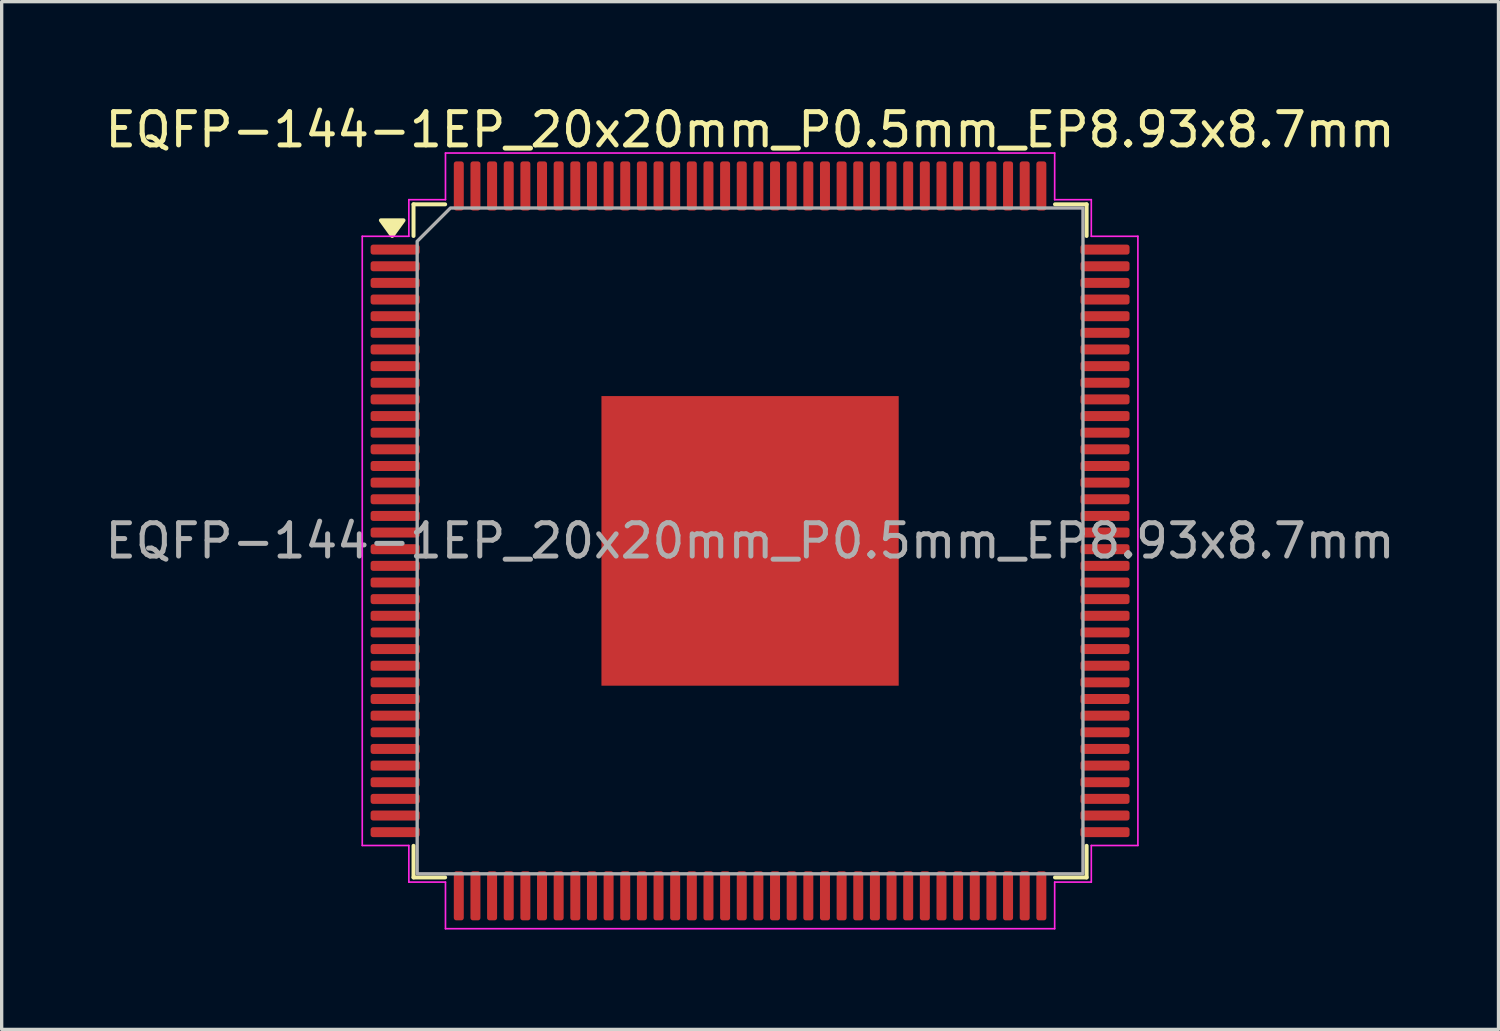
<source format=kicad_pcb>
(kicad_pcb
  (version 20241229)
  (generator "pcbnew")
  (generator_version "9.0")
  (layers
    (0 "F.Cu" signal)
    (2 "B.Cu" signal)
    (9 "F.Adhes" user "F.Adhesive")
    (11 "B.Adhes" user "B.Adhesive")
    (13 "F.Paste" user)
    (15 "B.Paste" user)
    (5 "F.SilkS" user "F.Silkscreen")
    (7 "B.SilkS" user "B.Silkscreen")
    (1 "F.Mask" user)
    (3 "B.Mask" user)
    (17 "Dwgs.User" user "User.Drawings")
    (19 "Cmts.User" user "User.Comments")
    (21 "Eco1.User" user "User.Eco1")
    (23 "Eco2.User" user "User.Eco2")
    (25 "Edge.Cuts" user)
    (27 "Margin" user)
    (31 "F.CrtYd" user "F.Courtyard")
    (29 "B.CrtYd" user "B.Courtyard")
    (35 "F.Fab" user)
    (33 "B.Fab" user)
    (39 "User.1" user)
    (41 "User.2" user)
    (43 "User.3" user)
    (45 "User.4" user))
  (footprint "EQFP-144-1EP_20x20mm_P0.5mm_EP8.93x8.7mm"
    (layer "F.Cu")
    (at 19.482 13.198)
    (property "Reference" "EQFP-144-1EP_20x20mm_P0.5mm_EP8.93x8.7mm" (at 0 -12.35 0) (layer "F.SilkS") (effects (font (size 1 1) (thickness 0.15))))
    (attr smd)
    (fp_line (start -10.11 -10.11) (end -9.16 -10.11) (stroke (width 0.12) (type solid)) (layer "F.SilkS"))
    (fp_line (start -10.11 -9.16) (end -10.11 -10.11) (stroke (width 0.12) (type solid)) (layer "F.SilkS"))
    (fp_line (start -10.11 10.11) (end -10.11 9.16) (stroke (width 0.12) (type solid)) (layer "F.SilkS"))
    (fp_line (start -9.16 10.11) (end -10.11 10.11) (stroke (width 0.12) (type solid)) (layer "F.SilkS"))
    (fp_line (start 9.16 -10.11) (end 10.11 -10.11) (stroke (width 0.12) (type solid)) (layer "F.SilkS"))
    (fp_line (start 10.11 -10.11) (end 10.11 -9.16) (stroke (width 0.12) (type solid)) (layer "F.SilkS"))
    (fp_line (start 10.11 9.16) (end 10.11 10.11) (stroke (width 0.12) (type solid)) (layer "F.SilkS"))
    (fp_line (start 10.11 10.11) (end 9.16 10.11) (stroke (width 0.12) (type solid)) (layer "F.SilkS"))
    (fp_poly (pts (xy -10.75 -9.16) (xy -11.09 -9.63) (xy -10.41 -9.63)) (stroke (width 0.12) (type solid)) (fill yes) (layer "F.SilkS"))
    (fp_line (start -11.65 -9.15) (end -10.25 -9.15) (stroke (width 0.05) (type solid)) (layer "F.CrtYd"))
    (fp_line (start -11.65 9.15) (end -11.65 -9.15) (stroke (width 0.05) (type solid)) (layer "F.CrtYd"))
    (fp_line (start -10.25 -10.25) (end -9.15 -10.25) (stroke (width 0.05) (type solid)) (layer "F.CrtYd"))
    (fp_line (start -10.25 -9.15) (end -10.25 -10.25) (stroke (width 0.05) (type solid)) (layer "F.CrtYd"))
    (fp_line (start -10.25 9.15) (end -11.65 9.15) (stroke (width 0.05) (type solid)) (layer "F.CrtYd"))
    (fp_line (start -10.25 10.25) (end -10.25 9.15) (stroke (width 0.05) (type solid)) (layer "F.CrtYd"))
    (fp_line (start -9.15 -11.65) (end 9.15 -11.65) (stroke (width 0.05) (type solid)) (layer "F.CrtYd"))
    (fp_line (start -9.15 -10.25) (end -9.15 -11.65) (stroke (width 0.05) (type solid)) (layer "F.CrtYd"))
    (fp_line (start -9.15 10.25) (end -10.25 10.25) (stroke (width 0.05) (type solid)) (layer "F.CrtYd"))
    (fp_line (start -9.15 11.65) (end -9.15 10.25) (stroke (width 0.05) (type solid)) (layer "F.CrtYd"))
    (fp_line (start 9.15 -11.65) (end 9.15 -10.25) (stroke (width 0.05) (type solid)) (layer "F.CrtYd"))
    (fp_line (start 9.15 -10.25) (end 10.25 -10.25) (stroke (width 0.05) (type solid)) (layer "F.CrtYd"))
    (fp_line (start 9.15 10.25) (end 9.15 11.65) (stroke (width 0.05) (type solid)) (layer "F.CrtYd"))
    (fp_line (start 9.15 11.65) (end -9.15 11.65) (stroke (width 0.05) (type solid)) (layer "F.CrtYd"))
    (fp_line (start 10.25 -10.25) (end 10.25 -9.15) (stroke (width 0.05) (type solid)) (layer "F.CrtYd"))
    (fp_line (start 10.25 -9.15) (end 11.65 -9.15) (stroke (width 0.05) (type solid)) (layer "F.CrtYd"))
    (fp_line (start 10.25 9.15) (end 10.25 10.25) (stroke (width 0.05) (type solid)) (layer "F.CrtYd"))
    (fp_line (start 10.25 10.25) (end 9.15 10.25) (stroke (width 0.05) (type solid)) (layer "F.CrtYd"))
    (fp_line (start 11.65 -9.15) (end 11.65 9.15) (stroke (width 0.05) (type solid)) (layer "F.CrtYd"))
    (fp_line (start 11.65 9.15) (end 10.25 9.15) (stroke (width 0.05) (type solid)) (layer "F.CrtYd"))
    (fp_poly (pts (xy -10 -9) (xy -10 10) (xy 10 10) (xy 10 -10) (xy -9 -10)) (stroke (width 0.1) (type solid)) (fill no) (layer "F.Fab"))
    (fp_text user "${REFERENCE}" (at 0 0 0) (layer "F.Fab") (effects (font (size 1 1) (thickness 0.15))))
    (pad "" smd roundrect (at -3.84 -3.72) (size 1.03 1) (layers "F.Paste") (roundrect_rratio 0.25))
    (pad "" smd roundrect (at -3.84 -2.48) (size 1.03 1) (layers "F.Paste") (roundrect_rratio 0.25))
    (pad "" smd roundrect (at -3.84 -1.24) (size 1.03 1) (layers "F.Paste") (roundrect_rratio 0.25))
    (pad "" smd roundrect (at -3.84 0) (size 1.03 1) (layers "F.Paste") (roundrect_rratio 0.25))
    (pad "" smd roundrect (at -3.84 1.24) (size 1.03 1) (layers "F.Paste") (roundrect_rratio 0.25))
    (pad "" smd roundrect (at -3.84 2.48) (size 1.03 1) (layers "F.Paste") (roundrect_rratio 0.25))
    (pad "" smd roundrect (at -3.84 3.72) (size 1.03 1) (layers "F.Paste") (roundrect_rratio 0.25))
    (pad "" smd roundrect (at -2.56 -3.72) (size 1.03 1) (layers "F.Paste") (roundrect_rratio 0.25))
    (pad "" smd roundrect (at -2.56 -2.48) (size 1.03 1) (layers "F.Paste") (roundrect_rratio 0.25))
    (pad "" smd roundrect (at -2.56 -1.24) (size 1.03 1) (layers "F.Paste") (roundrect_rratio 0.25))
    (pad "" smd roundrect (at -2.56 0) (size 1.03 1) (layers "F.Paste") (roundrect_rratio 0.25))
    (pad "" smd roundrect (at -2.56 1.24) (size 1.03 1) (layers "F.Paste") (roundrect_rratio 0.25))
    (pad "" smd roundrect (at -2.56 2.48) (size 1.03 1) (layers "F.Paste") (roundrect_rratio 0.25))
    (pad "" smd roundrect (at -2.56 3.72) (size 1.03 1) (layers "F.Paste") (roundrect_rratio 0.25))
    (pad "" smd roundrect (at -1.28 -3.72) (size 1.03 1) (layers "F.Paste") (roundrect_rratio 0.25))
    (pad "" smd roundrect (at -1.28 -2.48) (size 1.03 1) (layers "F.Paste") (roundrect_rratio 0.25))
    (pad "" smd roundrect (at -1.28 -1.24) (size 1.03 1) (layers "F.Paste") (roundrect_rratio 0.25))
    (pad "" smd roundrect (at -1.28 0) (size 1.03 1) (layers "F.Paste") (roundrect_rratio 0.25))
    (pad "" smd roundrect (at -1.28 1.24) (size 1.03 1) (layers "F.Paste") (roundrect_rratio 0.25))
    (pad "" smd roundrect (at -1.28 2.48) (size 1.03 1) (layers "F.Paste") (roundrect_rratio 0.25))
    (pad "" smd roundrect (at -1.28 3.72) (size 1.03 1) (layers "F.Paste") (roundrect_rratio 0.25))
    (pad "" smd roundrect (at 0 -3.72) (size 1.03 1) (layers "F.Paste") (roundrect_rratio 0.25))
    (pad "" smd roundrect (at 0 -2.48) (size 1.03 1) (layers "F.Paste") (roundrect_rratio 0.25))
    (pad "" smd roundrect (at 0 -1.24) (size 1.03 1) (layers "F.Paste") (roundrect_rratio 0.25))
    (pad "" smd roundrect (at 0 0) (size 1.03 1) (layers "F.Paste") (roundrect_rratio 0.25))
    (pad "" smd roundrect (at 0 1.24) (size 1.03 1) (layers "F.Paste") (roundrect_rratio 0.25))
    (pad "" smd roundrect (at 0 2.48) (size 1.03 1) (layers "F.Paste") (roundrect_rratio 0.25))
    (pad "" smd roundrect (at 0 3.72) (size 1.03 1) (layers "F.Paste") (roundrect_rratio 0.25))
    (pad "" smd roundrect (at 1.28 -3.72) (size 1.03 1) (layers "F.Paste") (roundrect_rratio 0.25))
    (pad "" smd roundrect (at 1.28 -2.48) (size 1.03 1) (layers "F.Paste") (roundrect_rratio 0.25))
    (pad "" smd roundrect (at 1.28 -1.24) (size 1.03 1) (layers "F.Paste") (roundrect_rratio 0.25))
    (pad "" smd roundrect (at 1.28 0) (size 1.03 1) (layers "F.Paste") (roundrect_rratio 0.25))
    (pad "" smd roundrect (at 1.28 1.24) (size 1.03 1) (layers "F.Paste") (roundrect_rratio 0.25))
    (pad "" smd roundrect (at 1.28 2.48) (size 1.03 1) (layers "F.Paste") (roundrect_rratio 0.25))
    (pad "" smd roundrect (at 1.28 3.72) (size 1.03 1) (layers "F.Paste") (roundrect_rratio 0.25))
    (pad "" smd roundrect (at 2.56 -3.72) (size 1.03 1) (layers "F.Paste") (roundrect_rratio 0.25))
    (pad "" smd roundrect (at 2.56 -2.48) (size 1.03 1) (layers "F.Paste") (roundrect_rratio 0.25))
    (pad "" smd roundrect (at 2.56 -1.24) (size 1.03 1) (layers "F.Paste") (roundrect_rratio 0.25))
    (pad "" smd roundrect (at 2.56 0) (size 1.03 1) (layers "F.Paste") (roundrect_rratio 0.25))
    (pad "" smd roundrect (at 2.56 1.24) (size 1.03 1) (layers "F.Paste") (roundrect_rratio 0.25))
    (pad "" smd roundrect (at 2.56 2.48) (size 1.03 1) (layers "F.Paste") (roundrect_rratio 0.25))
    (pad "" smd roundrect (at 2.56 3.72) (size 1.03 1) (layers "F.Paste") (roundrect_rratio 0.25))
    (pad "" smd roundrect (at 3.84 -3.72) (size 1.03 1) (layers "F.Paste") (roundrect_rratio 0.25))
    (pad "" smd roundrect (at 3.84 -2.48) (size 1.03 1) (layers "F.Paste") (roundrect_rratio 0.25))
    (pad "" smd roundrect (at 3.84 -1.24) (size 1.03 1) (layers "F.Paste") (roundrect_rratio 0.25))
    (pad "" smd roundrect (at 3.84 0) (size 1.03 1) (layers "F.Paste") (roundrect_rratio 0.25))
    (pad "" smd roundrect (at 3.84 1.24) (size 1.03 1) (layers "F.Paste") (roundrect_rratio 0.25))
    (pad "" smd roundrect (at 3.84 2.48) (size 1.03 1) (layers "F.Paste") (roundrect_rratio 0.25))
    (pad "" smd roundrect (at 3.84 3.72) (size 1.03 1) (layers "F.Paste") (roundrect_rratio 0.25))
    (pad "1" smd roundrect (at -10.662 -8.75) (size 1.475 0.3) (layers "F.Cu" "F.Mask" "F.Paste") (roundrect_rratio 0.25))
    (pad "2" smd roundrect (at -10.662 -8.25) (size 1.475 0.3) (layers "F.Cu" "F.Mask" "F.Paste") (roundrect_rratio 0.25))
    (pad "3" smd roundrect (at -10.662 -7.75) (size 1.475 0.3) (layers "F.Cu" "F.Mask" "F.Paste") (roundrect_rratio 0.25))
    (pad "4" smd roundrect (at -10.662 -7.25) (size 1.475 0.3) (layers "F.Cu" "F.Mask" "F.Paste") (roundrect_rratio 0.25))
    (pad "5" smd roundrect (at -10.662 -6.75) (size 1.475 0.3) (layers "F.Cu" "F.Mask" "F.Paste") (roundrect_rratio 0.25))
    (pad "6" smd roundrect (at -10.662 -6.25) (size 1.475 0.3) (layers "F.Cu" "F.Mask" "F.Paste") (roundrect_rratio 0.25))
    (pad "7" smd roundrect (at -10.662 -5.75) (size 1.475 0.3) (layers "F.Cu" "F.Mask" "F.Paste") (roundrect_rratio 0.25))
    (pad "8" smd roundrect (at -10.662 -5.25) (size 1.475 0.3) (layers "F.Cu" "F.Mask" "F.Paste") (roundrect_rratio 0.25))
    (pad "9" smd roundrect (at -10.662 -4.75) (size 1.475 0.3) (layers "F.Cu" "F.Mask" "F.Paste") (roundrect_rratio 0.25))
    (pad "10" smd roundrect (at -10.662 -4.25) (size 1.475 0.3) (layers "F.Cu" "F.Mask" "F.Paste") (roundrect_rratio 0.25))
    (pad "11" smd roundrect (at -10.662 -3.75) (size 1.475 0.3) (layers "F.Cu" "F.Mask" "F.Paste") (roundrect_rratio 0.25))
    (pad "12" smd roundrect (at -10.662 -3.25) (size 1.475 0.3) (layers "F.Cu" "F.Mask" "F.Paste") (roundrect_rratio 0.25))
    (pad "13" smd roundrect (at -10.662 -2.75) (size 1.475 0.3) (layers "F.Cu" "F.Mask" "F.Paste") (roundrect_rratio 0.25))
    (pad "14" smd roundrect (at -10.662 -2.25) (size 1.475 0.3) (layers "F.Cu" "F.Mask" "F.Paste") (roundrect_rratio 0.25))
    (pad "15" smd roundrect (at -10.662 -1.75) (size 1.475 0.3) (layers "F.Cu" "F.Mask" "F.Paste") (roundrect_rratio 0.25))
    (pad "16" smd roundrect (at -10.662 -1.25) (size 1.475 0.3) (layers "F.Cu" "F.Mask" "F.Paste") (roundrect_rratio 0.25))
    (pad "17" smd roundrect (at -10.662 -0.75) (size 1.475 0.3) (layers "F.Cu" "F.Mask" "F.Paste") (roundrect_rratio 0.25))
    (pad "18" smd roundrect (at -10.662 -0.25) (size 1.475 0.3) (layers "F.Cu" "F.Mask" "F.Paste") (roundrect_rratio 0.25))
    (pad "19" smd roundrect (at -10.662 0.25) (size 1.475 0.3) (layers "F.Cu" "F.Mask" "F.Paste") (roundrect_rratio 0.25))
    (pad "20" smd roundrect (at -10.662 0.75) (size 1.475 0.3) (layers "F.Cu" "F.Mask" "F.Paste") (roundrect_rratio 0.25))
    (pad "21" smd roundrect (at -10.662 1.25) (size 1.475 0.3) (layers "F.Cu" "F.Mask" "F.Paste") (roundrect_rratio 0.25))
    (pad "22" smd roundrect (at -10.662 1.75) (size 1.475 0.3) (layers "F.Cu" "F.Mask" "F.Paste") (roundrect_rratio 0.25))
    (pad "23" smd roundrect (at -10.662 2.25) (size 1.475 0.3) (layers "F.Cu" "F.Mask" "F.Paste") (roundrect_rratio 0.25))
    (pad "24" smd roundrect (at -10.662 2.75) (size 1.475 0.3) (layers "F.Cu" "F.Mask" "F.Paste") (roundrect_rratio 0.25))
    (pad "25" smd roundrect (at -10.662 3.25) (size 1.475 0.3) (layers "F.Cu" "F.Mask" "F.Paste") (roundrect_rratio 0.25))
    (pad "26" smd roundrect (at -10.662 3.75) (size 1.475 0.3) (layers "F.Cu" "F.Mask" "F.Paste") (roundrect_rratio 0.25))
    (pad "27" smd roundrect (at -10.662 4.25) (size 1.475 0.3) (layers "F.Cu" "F.Mask" "F.Paste") (roundrect_rratio 0.25))
    (pad "28" smd roundrect (at -10.662 4.75) (size 1.475 0.3) (layers "F.Cu" "F.Mask" "F.Paste") (roundrect_rratio 0.25))
    (pad "29" smd roundrect (at -10.662 5.25) (size 1.475 0.3) (layers "F.Cu" "F.Mask" "F.Paste") (roundrect_rratio 0.25))
    (pad "30" smd roundrect (at -10.662 5.75) (size 1.475 0.3) (layers "F.Cu" "F.Mask" "F.Paste") (roundrect_rratio 0.25))
    (pad "31" smd roundrect (at -10.662 6.25) (size 1.475 0.3) (layers "F.Cu" "F.Mask" "F.Paste") (roundrect_rratio 0.25))
    (pad "32" smd roundrect (at -10.662 6.75) (size 1.475 0.3) (layers "F.Cu" "F.Mask" "F.Paste") (roundrect_rratio 0.25))
    (pad "33" smd roundrect (at -10.662 7.25) (size 1.475 0.3) (layers "F.Cu" "F.Mask" "F.Paste") (roundrect_rratio 0.25))
    (pad "34" smd roundrect (at -10.662 7.75) (size 1.475 0.3) (layers "F.Cu" "F.Mask" "F.Paste") (roundrect_rratio 0.25))
    (pad "35" smd roundrect (at -10.662 8.25) (size 1.475 0.3) (layers "F.Cu" "F.Mask" "F.Paste") (roundrect_rratio 0.25))
    (pad "36" smd roundrect (at -10.662 8.75) (size 1.475 0.3) (layers "F.Cu" "F.Mask" "F.Paste") (roundrect_rratio 0.25))
    (pad "37" smd roundrect (at -8.75 10.662) (size 0.3 1.475) (layers "F.Cu" "F.Mask" "F.Paste") (roundrect_rratio 0.25))
    (pad "38" smd roundrect (at -8.25 10.662) (size 0.3 1.475) (layers "F.Cu" "F.Mask" "F.Paste") (roundrect_rratio 0.25))
    (pad "39" smd roundrect (at -7.75 10.662) (size 0.3 1.475) (layers "F.Cu" "F.Mask" "F.Paste") (roundrect_rratio 0.25))
    (pad "40" smd roundrect (at -7.25 10.662) (size 0.3 1.475) (layers "F.Cu" "F.Mask" "F.Paste") (roundrect_rratio 0.25))
    (pad "41" smd roundrect (at -6.75 10.662) (size 0.3 1.475) (layers "F.Cu" "F.Mask" "F.Paste") (roundrect_rratio 0.25))
    (pad "42" smd roundrect (at -6.25 10.662) (size 0.3 1.475) (layers "F.Cu" "F.Mask" "F.Paste") (roundrect_rratio 0.25))
    (pad "43" smd roundrect (at -5.75 10.662) (size 0.3 1.475) (layers "F.Cu" "F.Mask" "F.Paste") (roundrect_rratio 0.25))
    (pad "44" smd roundrect (at -5.25 10.662) (size 0.3 1.475) (layers "F.Cu" "F.Mask" "F.Paste") (roundrect_rratio 0.25))
    (pad "45" smd roundrect (at -4.75 10.662) (size 0.3 1.475) (layers "F.Cu" "F.Mask" "F.Paste") (roundrect_rratio 0.25))
    (pad "46" smd roundrect (at -4.25 10.662) (size 0.3 1.475) (layers "F.Cu" "F.Mask" "F.Paste") (roundrect_rratio 0.25))
    (pad "47" smd roundrect (at -3.75 10.662) (size 0.3 1.475) (layers "F.Cu" "F.Mask" "F.Paste") (roundrect_rratio 0.25))
    (pad "48" smd roundrect (at -3.25 10.662) (size 0.3 1.475) (layers "F.Cu" "F.Mask" "F.Paste") (roundrect_rratio 0.25))
    (pad "49" smd roundrect (at -2.75 10.662) (size 0.3 1.475) (layers "F.Cu" "F.Mask" "F.Paste") (roundrect_rratio 0.25))
    (pad "50" smd roundrect (at -2.25 10.662) (size 0.3 1.475) (layers "F.Cu" "F.Mask" "F.Paste") (roundrect_rratio 0.25))
    (pad "51" smd roundrect (at -1.75 10.662) (size 0.3 1.475) (layers "F.Cu" "F.Mask" "F.Paste") (roundrect_rratio 0.25))
    (pad "52" smd roundrect (at -1.25 10.662) (size 0.3 1.475) (layers "F.Cu" "F.Mask" "F.Paste") (roundrect_rratio 0.25))
    (pad "53" smd roundrect (at -0.75 10.662) (size 0.3 1.475) (layers "F.Cu" "F.Mask" "F.Paste") (roundrect_rratio 0.25))
    (pad "54" smd roundrect (at -0.25 10.662) (size 0.3 1.475) (layers "F.Cu" "F.Mask" "F.Paste") (roundrect_rratio 0.25))
    (pad "55" smd roundrect (at 0.25 10.662) (size 0.3 1.475) (layers "F.Cu" "F.Mask" "F.Paste") (roundrect_rratio 0.25))
    (pad "56" smd roundrect (at 0.75 10.662) (size 0.3 1.475) (layers "F.Cu" "F.Mask" "F.Paste") (roundrect_rratio 0.25))
    (pad "57" smd roundrect (at 1.25 10.662) (size 0.3 1.475) (layers "F.Cu" "F.Mask" "F.Paste") (roundrect_rratio 0.25))
    (pad "58" smd roundrect (at 1.75 10.662) (size 0.3 1.475) (layers "F.Cu" "F.Mask" "F.Paste") (roundrect_rratio 0.25))
    (pad "59" smd roundrect (at 2.25 10.662) (size 0.3 1.475) (layers "F.Cu" "F.Mask" "F.Paste") (roundrect_rratio 0.25))
    (pad "60" smd roundrect (at 2.75 10.662) (size 0.3 1.475) (layers "F.Cu" "F.Mask" "F.Paste") (roundrect_rratio 0.25))
    (pad "61" smd roundrect (at 3.25 10.662) (size 0.3 1.475) (layers "F.Cu" "F.Mask" "F.Paste") (roundrect_rratio 0.25))
    (pad "62" smd roundrect (at 3.75 10.662) (size 0.3 1.475) (layers "F.Cu" "F.Mask" "F.Paste") (roundrect_rratio 0.25))
    (pad "63" smd roundrect (at 4.25 10.662) (size 0.3 1.475) (layers "F.Cu" "F.Mask" "F.Paste") (roundrect_rratio 0.25))
    (pad "64" smd roundrect (at 4.75 10.662) (size 0.3 1.475) (layers "F.Cu" "F.Mask" "F.Paste") (roundrect_rratio 0.25))
    (pad "65" smd roundrect (at 5.25 10.662) (size 0.3 1.475) (layers "F.Cu" "F.Mask" "F.Paste") (roundrect_rratio 0.25))
    (pad "66" smd roundrect (at 5.75 10.662) (size 0.3 1.475) (layers "F.Cu" "F.Mask" "F.Paste") (roundrect_rratio 0.25))
    (pad "67" smd roundrect (at 6.25 10.662) (size 0.3 1.475) (layers "F.Cu" "F.Mask" "F.Paste") (roundrect_rratio 0.25))
    (pad "68" smd roundrect (at 6.75 10.662) (size 0.3 1.475) (layers "F.Cu" "F.Mask" "F.Paste") (roundrect_rratio 0.25))
    (pad "69" smd roundrect (at 7.25 10.662) (size 0.3 1.475) (layers "F.Cu" "F.Mask" "F.Paste") (roundrect_rratio 0.25))
    (pad "70" smd roundrect (at 7.75 10.662) (size 0.3 1.475) (layers "F.Cu" "F.Mask" "F.Paste") (roundrect_rratio 0.25))
    (pad "71" smd roundrect (at 8.25 10.662) (size 0.3 1.475) (layers "F.Cu" "F.Mask" "F.Paste") (roundrect_rratio 0.25))
    (pad "72" smd roundrect (at 8.75 10.662) (size 0.3 1.475) (layers "F.Cu" "F.Mask" "F.Paste") (roundrect_rratio 0.25))
    (pad "73" smd roundrect (at 10.662 8.75) (size 1.475 0.3) (layers "F.Cu" "F.Mask" "F.Paste") (roundrect_rratio 0.25))
    (pad "74" smd roundrect (at 10.662 8.25) (size 1.475 0.3) (layers "F.Cu" "F.Mask" "F.Paste") (roundrect_rratio 0.25))
    (pad "75" smd roundrect (at 10.662 7.75) (size 1.475 0.3) (layers "F.Cu" "F.Mask" "F.Paste") (roundrect_rratio 0.25))
    (pad "76" smd roundrect (at 10.662 7.25) (size 1.475 0.3) (layers "F.Cu" "F.Mask" "F.Paste") (roundrect_rratio 0.25))
    (pad "77" smd roundrect (at 10.662 6.75) (size 1.475 0.3) (layers "F.Cu" "F.Mask" "F.Paste") (roundrect_rratio 0.25))
    (pad "78" smd roundrect (at 10.662 6.25) (size 1.475 0.3) (layers "F.Cu" "F.Mask" "F.Paste") (roundrect_rratio 0.25))
    (pad "79" smd roundrect (at 10.662 5.75) (size 1.475 0.3) (layers "F.Cu" "F.Mask" "F.Paste") (roundrect_rratio 0.25))
    (pad "80" smd roundrect (at 10.662 5.25) (size 1.475 0.3) (layers "F.Cu" "F.Mask" "F.Paste") (roundrect_rratio 0.25))
    (pad "81" smd roundrect (at 10.662 4.75) (size 1.475 0.3) (layers "F.Cu" "F.Mask" "F.Paste") (roundrect_rratio 0.25))
    (pad "82" smd roundrect (at 10.662 4.25) (size 1.475 0.3) (layers "F.Cu" "F.Mask" "F.Paste") (roundrect_rratio 0.25))
    (pad "83" smd roundrect (at 10.662 3.75) (size 1.475 0.3) (layers "F.Cu" "F.Mask" "F.Paste") (roundrect_rratio 0.25))
    (pad "84" smd roundrect (at 10.662 3.25) (size 1.475 0.3) (layers "F.Cu" "F.Mask" "F.Paste") (roundrect_rratio 0.25))
    (pad "85" smd roundrect (at 10.662 2.75) (size 1.475 0.3) (layers "F.Cu" "F.Mask" "F.Paste") (roundrect_rratio 0.25))
    (pad "86" smd roundrect (at 10.662 2.25) (size 1.475 0.3) (layers "F.Cu" "F.Mask" "F.Paste") (roundrect_rratio 0.25))
    (pad "87" smd roundrect (at 10.662 1.75) (size 1.475 0.3) (layers "F.Cu" "F.Mask" "F.Paste") (roundrect_rratio 0.25))
    (pad "88" smd roundrect (at 10.662 1.25) (size 1.475 0.3) (layers "F.Cu" "F.Mask" "F.Paste") (roundrect_rratio 0.25))
    (pad "89" smd roundrect (at 10.662 0.75) (size 1.475 0.3) (layers "F.Cu" "F.Mask" "F.Paste") (roundrect_rratio 0.25))
    (pad "90" smd roundrect (at 10.662 0.25) (size 1.475 0.3) (layers "F.Cu" "F.Mask" "F.Paste") (roundrect_rratio 0.25))
    (pad "91" smd roundrect (at 10.662 -0.25) (size 1.475 0.3) (layers "F.Cu" "F.Mask" "F.Paste") (roundrect_rratio 0.25))
    (pad "92" smd roundrect (at 10.662 -0.75) (size 1.475 0.3) (layers "F.Cu" "F.Mask" "F.Paste") (roundrect_rratio 0.25))
    (pad "93" smd roundrect (at 10.662 -1.25) (size 1.475 0.3) (layers "F.Cu" "F.Mask" "F.Paste") (roundrect_rratio 0.25))
    (pad "94" smd roundrect (at 10.662 -1.75) (size 1.475 0.3) (layers "F.Cu" "F.Mask" "F.Paste") (roundrect_rratio 0.25))
    (pad "95" smd roundrect (at 10.662 -2.25) (size 1.475 0.3) (layers "F.Cu" "F.Mask" "F.Paste") (roundrect_rratio 0.25))
    (pad "96" smd roundrect (at 10.662 -2.75) (size 1.475 0.3) (layers "F.Cu" "F.Mask" "F.Paste") (roundrect_rratio 0.25))
    (pad "97" smd roundrect (at 10.662 -3.25) (size 1.475 0.3) (layers "F.Cu" "F.Mask" "F.Paste") (roundrect_rratio 0.25))
    (pad "98" smd roundrect (at 10.662 -3.75) (size 1.475 0.3) (layers "F.Cu" "F.Mask" "F.Paste") (roundrect_rratio 0.25))
    (pad "99" smd roundrect (at 10.662 -4.25) (size 1.475 0.3) (layers "F.Cu" "F.Mask" "F.Paste") (roundrect_rratio 0.25))
    (pad "100" smd roundrect (at 10.662 -4.75) (size 1.475 0.3) (layers "F.Cu" "F.Mask" "F.Paste") (roundrect_rratio 0.25))
    (pad "101" smd roundrect (at 10.662 -5.25) (size 1.475 0.3) (layers "F.Cu" "F.Mask" "F.Paste") (roundrect_rratio 0.25))
    (pad "102" smd roundrect (at 10.662 -5.75) (size 1.475 0.3) (layers "F.Cu" "F.Mask" "F.Paste") (roundrect_rratio 0.25))
    (pad "103" smd roundrect (at 10.662 -6.25) (size 1.475 0.3) (layers "F.Cu" "F.Mask" "F.Paste") (roundrect_rratio 0.25))
    (pad "104" smd roundrect (at 10.662 -6.75) (size 1.475 0.3) (layers "F.Cu" "F.Mask" "F.Paste") (roundrect_rratio 0.25))
    (pad "105" smd roundrect (at 10.662 -7.25) (size 1.475 0.3) (layers "F.Cu" "F.Mask" "F.Paste") (roundrect_rratio 0.25))
    (pad "106" smd roundrect (at 10.662 -7.75) (size 1.475 0.3) (layers "F.Cu" "F.Mask" "F.Paste") (roundrect_rratio 0.25))
    (pad "107" smd roundrect (at 10.662 -8.25) (size 1.475 0.3) (layers "F.Cu" "F.Mask" "F.Paste") (roundrect_rratio 0.25))
    (pad "108" smd roundrect (at 10.662 -8.75) (size 1.475 0.3) (layers "F.Cu" "F.Mask" "F.Paste") (roundrect_rratio 0.25))
    (pad "109" smd roundrect (at 8.75 -10.662) (size 0.3 1.475) (layers "F.Cu" "F.Mask" "F.Paste") (roundrect_rratio 0.25))
    (pad "110" smd roundrect (at 8.25 -10.662) (size 0.3 1.475) (layers "F.Cu" "F.Mask" "F.Paste") (roundrect_rratio 0.25))
    (pad "111" smd roundrect (at 7.75 -10.662) (size 0.3 1.475) (layers "F.Cu" "F.Mask" "F.Paste") (roundrect_rratio 0.25))
    (pad "112" smd roundrect (at 7.25 -10.662) (size 0.3 1.475) (layers "F.Cu" "F.Mask" "F.Paste") (roundrect_rratio 0.25))
    (pad "113" smd roundrect (at 6.75 -10.662) (size 0.3 1.475) (layers "F.Cu" "F.Mask" "F.Paste") (roundrect_rratio 0.25))
    (pad "114" smd roundrect (at 6.25 -10.662) (size 0.3 1.475) (layers "F.Cu" "F.Mask" "F.Paste") (roundrect_rratio 0.25))
    (pad "115" smd roundrect (at 5.75 -10.662) (size 0.3 1.475) (layers "F.Cu" "F.Mask" "F.Paste") (roundrect_rratio 0.25))
    (pad "116" smd roundrect (at 5.25 -10.662) (size 0.3 1.475) (layers "F.Cu" "F.Mask" "F.Paste") (roundrect_rratio 0.25))
    (pad "117" smd roundrect (at 4.75 -10.662) (size 0.3 1.475) (layers "F.Cu" "F.Mask" "F.Paste") (roundrect_rratio 0.25))
    (pad "118" smd roundrect (at 4.25 -10.662) (size 0.3 1.475) (layers "F.Cu" "F.Mask" "F.Paste") (roundrect_rratio 0.25))
    (pad "119" smd roundrect (at 3.75 -10.662) (size 0.3 1.475) (layers "F.Cu" "F.Mask" "F.Paste") (roundrect_rratio 0.25))
    (pad "120" smd roundrect (at 3.25 -10.662) (size 0.3 1.475) (layers "F.Cu" "F.Mask" "F.Paste") (roundrect_rratio 0.25))
    (pad "121" smd roundrect (at 2.75 -10.662) (size 0.3 1.475) (layers "F.Cu" "F.Mask" "F.Paste") (roundrect_rratio 0.25))
    (pad "122" smd roundrect (at 2.25 -10.662) (size 0.3 1.475) (layers "F.Cu" "F.Mask" "F.Paste") (roundrect_rratio 0.25))
    (pad "123" smd roundrect (at 1.75 -10.662) (size 0.3 1.475) (layers "F.Cu" "F.Mask" "F.Paste") (roundrect_rratio 0.25))
    (pad "124" smd roundrect (at 1.25 -10.662) (size 0.3 1.475) (layers "F.Cu" "F.Mask" "F.Paste") (roundrect_rratio 0.25))
    (pad "125" smd roundrect (at 0.75 -10.662) (size 0.3 1.475) (layers "F.Cu" "F.Mask" "F.Paste") (roundrect_rratio 0.25))
    (pad "126" smd roundrect (at 0.25 -10.662) (size 0.3 1.475) (layers "F.Cu" "F.Mask" "F.Paste") (roundrect_rratio 0.25))
    (pad "127" smd roundrect (at -0.25 -10.662) (size 0.3 1.475) (layers "F.Cu" "F.Mask" "F.Paste") (roundrect_rratio 0.25))
    (pad "128" smd roundrect (at -0.75 -10.662) (size 0.3 1.475) (layers "F.Cu" "F.Mask" "F.Paste") (roundrect_rratio 0.25))
    (pad "129" smd roundrect (at -1.25 -10.662) (size 0.3 1.475) (layers "F.Cu" "F.Mask" "F.Paste") (roundrect_rratio 0.25))
    (pad "130" smd roundrect (at -1.75 -10.662) (size 0.3 1.475) (layers "F.Cu" "F.Mask" "F.Paste") (roundrect_rratio 0.25))
    (pad "131" smd roundrect (at -2.25 -10.662) (size 0.3 1.475) (layers "F.Cu" "F.Mask" "F.Paste") (roundrect_rratio 0.25))
    (pad "132" smd roundrect (at -2.75 -10.662) (size 0.3 1.475) (layers "F.Cu" "F.Mask" "F.Paste") (roundrect_rratio 0.25))
    (pad "133" smd roundrect (at -3.25 -10.662) (size 0.3 1.475) (layers "F.Cu" "F.Mask" "F.Paste") (roundrect_rratio 0.25))
    (pad "134" smd roundrect (at -3.75 -10.662) (size 0.3 1.475) (layers "F.Cu" "F.Mask" "F.Paste") (roundrect_rratio 0.25))
    (pad "135" smd roundrect (at -4.25 -10.662) (size 0.3 1.475) (layers "F.Cu" "F.Mask" "F.Paste") (roundrect_rratio 0.25))
    (pad "136" smd roundrect (at -4.75 -10.662) (size 0.3 1.475) (layers "F.Cu" "F.Mask" "F.Paste") (roundrect_rratio 0.25))
    (pad "137" smd roundrect (at -5.25 -10.662) (size 0.3 1.475) (layers "F.Cu" "F.Mask" "F.Paste") (roundrect_rratio 0.25))
    (pad "138" smd roundrect (at -5.75 -10.662) (size 0.3 1.475) (layers "F.Cu" "F.Mask" "F.Paste") (roundrect_rratio 0.25))
    (pad "139" smd roundrect (at -6.25 -10.662) (size 0.3 1.475) (layers "F.Cu" "F.Mask" "F.Paste") (roundrect_rratio 0.25))
    (pad "140" smd roundrect (at -6.75 -10.662) (size 0.3 1.475) (layers "F.Cu" "F.Mask" "F.Paste") (roundrect_rratio 0.25))
    (pad "141" smd roundrect (at -7.25 -10.662) (size 0.3 1.475) (layers "F.Cu" "F.Mask" "F.Paste") (roundrect_rratio 0.25))
    (pad "142" smd roundrect (at -7.75 -10.662) (size 0.3 1.475) (layers "F.Cu" "F.Mask" "F.Paste") (roundrect_rratio 0.25))
    (pad "143" smd roundrect (at -8.25 -10.662) (size 0.3 1.475) (layers "F.Cu" "F.Mask" "F.Paste") (roundrect_rratio 0.25))
    (pad "144" smd roundrect (at -8.75 -10.662) (size 0.3 1.475) (layers "F.Cu" "F.Mask" "F.Paste") (roundrect_rratio 0.25))
    (pad "145" smd rect (at 0 0) (size 8.93 8.7) (property pad_prop_heatsink) (layers "F.Cu" "F.Mask")))
  (gr_rect
    (start -3 -3)
    (end 41.964 27.873)
    (stroke (width 0.1) (type default))
    (fill no)
    (layer "Edge.Cuts")))
</source>
